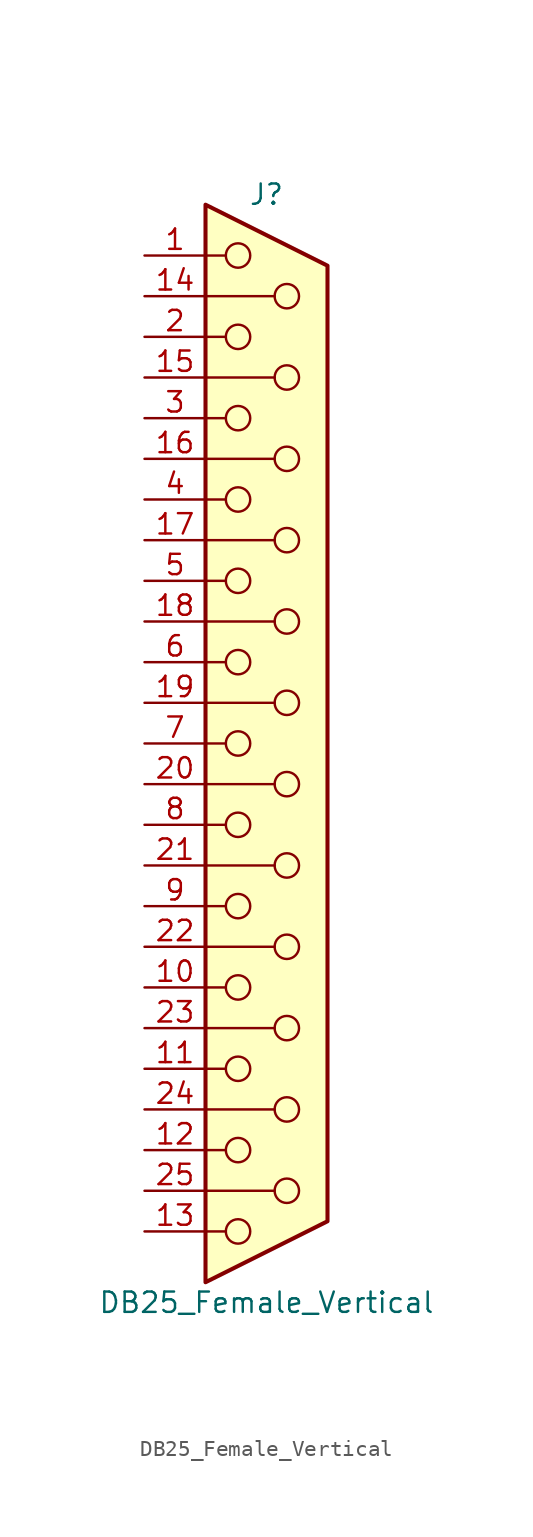
<source format=kicad_sym>
(kicad_symbol_lib
  (version 20211014)
  (generator kicad_symbol_editor)
  (symbol "DB25_Female_Vertical"
    (pin_names
      (offset 1.016) hide)
    (property "Reference" "J"
      (at 0 34.29 0)
      (effects (font (size 1.27 1.27))))
    (property "Value" "DB25_Female_Vertical"
      (at 0 -34.925 0)
      (effects (font (size 1.27 1.27))))
    (symbol "DB25_Female_Vertical_0_1"
      (circle (center -1.778 -30.48) (radius 0.762) (stroke (width 0) (type default) (color 0 0 0 0)) (fill (type none)))
      (circle (center -1.778 -25.4) (radius 0.762) (stroke (width 0) (type default) (color 0 0 0 0)) (fill (type none)))
      (circle (center -1.778 -20.32) (radius 0.762) (stroke (width 0) (type default) (color 0 0 0 0)) (fill (type none)))
      (circle (center -1.778 -15.24) (radius 0.762) (stroke (width 0) (type default) (color 0 0 0 0)) (fill (type none)))
      (circle (center -1.778 -10.16) (radius 0.762) (stroke (width 0) (type default) (color 0 0 0 0)) (fill (type none)))
      (circle (center -1.778 -5.08) (radius 0.762) (stroke (width 0) (type default) (color 0 0 0 0)) (fill (type none)))
      (circle (center -1.778 0) (radius 0.762) (stroke (width 0) (type default) (color 0 0 0 0)) (fill (type none)))
      (circle (center -1.778 5.08) (radius 0.762) (stroke (width 0) (type default) (color 0 0 0 0)) (fill (type none)))
      (circle (center -1.778 10.16) (radius 0.762) (stroke (width 0) (type default) (color 0 0 0 0)) (fill (type none)))
      (circle (center -1.778 15.24) (radius 0.762) (stroke (width 0) (type default) (color 0 0 0 0)) (fill (type none)))
      (circle (center -1.778 20.32) (radius 0.762) (stroke (width 0) (type default) (color 0 0 0 0)) (fill (type none)))
      (circle (center -1.778 25.4) (radius 0.762) (stroke (width 0) (type default) (color 0 0 0 0)) (fill (type none)))
      (circle (center -1.778 30.48) (radius 0.762) (stroke (width 0) (type default) (color 0 0 0 0)) (fill (type none)))
      (polyline (pts (xy -3.81 -30.48) (xy -2.54 -30.48)) (stroke (width 0) (type default) (color 0 0 0 0)) (fill (type none)))
      (polyline (pts (xy -3.81 -27.94) (xy 0.508 -27.94)) (stroke (width 0) (type default) (color 0 0 0 0)) (fill (type none)))
      (polyline (pts (xy -3.81 -25.4) (xy -2.54 -25.4)) (stroke (width 0) (type default) (color 0 0 0 0)) (fill (type none)))
      (polyline (pts (xy -3.81 -22.86) (xy 0.508 -22.86)) (stroke (width 0) (type default) (color 0 0 0 0)) (fill (type none)))
      (polyline (pts (xy -3.81 -20.32) (xy -2.54 -20.32)) (stroke (width 0) (type default) (color 0 0 0 0)) (fill (type none)))
      (polyline (pts (xy -3.81 -17.78) (xy 0.508 -17.78)) (stroke (width 0) (type default) (color 0 0 0 0)) (fill (type none)))
      (polyline (pts (xy -3.81 -15.24) (xy -2.54 -15.24)) (stroke (width 0) (type default) (color 0 0 0 0)) (fill (type none)))
      (polyline (pts (xy -3.81 -12.7) (xy 0.508 -12.7)) (stroke (width 0) (type default) (color 0 0 0 0)) (fill (type none)))
      (polyline (pts (xy -3.81 -10.16) (xy -2.54 -10.16)) (stroke (width 0) (type default) (color 0 0 0 0)) (fill (type none)))
      (polyline (pts (xy -3.81 -7.62) (xy 0.508 -7.62)) (stroke (width 0) (type default) (color 0 0 0 0)) (fill (type none)))
      (polyline (pts (xy -3.81 -5.08) (xy -2.54 -5.08)) (stroke (width 0) (type default) (color 0 0 0 0)) (fill (type none)))
      (polyline (pts (xy -3.81 -2.54) (xy 0.508 -2.54)) (stroke (width 0) (type default) (color 0 0 0 0)) (fill (type none)))
      (polyline (pts (xy -3.81 0) (xy -2.54 0)) (stroke (width 0) (type default) (color 0 0 0 0)) (fill (type none)))
      (polyline (pts (xy -3.81 2.54) (xy 0.508 2.54)) (stroke (width 0) (type default) (color 0 0 0 0)) (fill (type none)))
      (polyline (pts (xy -3.81 5.08) (xy -2.54 5.08)) (stroke (width 0) (type default) (color 0 0 0 0)) (fill (type none)))
      (polyline (pts (xy -3.81 7.62) (xy 0.508 7.62)) (stroke (width 0) (type default) (color 0 0 0 0)) (fill (type none)))
      (polyline (pts (xy -3.81 10.16) (xy -2.54 10.16)) (stroke (width 0) (type default) (color 0 0 0 0)) (fill (type none)))
      (polyline (pts (xy -3.81 12.7) (xy 0.508 12.7)) (stroke (width 0) (type default) (color 0 0 0 0)) (fill (type none)))
      (polyline (pts (xy -3.81 15.24) (xy -2.54 15.24)) (stroke (width 0) (type default) (color 0 0 0 0)) (fill (type none)))
      (polyline (pts (xy -3.81 17.78) (xy 0.508 17.78)) (stroke (width 0) (type default) (color 0 0 0 0)) (fill (type none)))
      (polyline (pts (xy -3.81 20.32) (xy -2.54 20.32)) (stroke (width 0) (type default) (color 0 0 0 0)) (fill (type none)))
      (polyline (pts (xy -3.81 22.86) (xy 0.508 22.86)) (stroke (width 0) (type default) (color 0 0 0 0)) (fill (type none)))
      (polyline (pts (xy -3.81 25.4) (xy -2.54 25.4)) (stroke (width 0) (type default) (color 0 0 0 0)) (fill (type none)))
      (polyline (pts (xy -3.81 27.94) (xy 0.508 27.94)) (stroke (width 0) (type default) (color 0 0 0 0)) (fill (type none)))
      (polyline (pts (xy -3.81 30.48) (xy -2.54 30.48)) (stroke (width 0) (type default) (color 0 0 0 0)) (fill (type none)))
      (polyline (pts (xy -3.81 33.655) (xy 3.81 29.845) (xy 3.81 -29.845) (xy -3.81 -33.655) (xy -3.81 33.655)) (stroke (width 0.254) (type default) (color 0 0 0 0)) (fill (type background)))
      (circle (center 1.27 -27.94) (radius 0.762) (stroke (width 0) (type default) (color 0 0 0 0)) (fill (type none)))
      (circle (center 1.27 -22.86) (radius 0.762) (stroke (width 0) (type default) (color 0 0 0 0)) (fill (type none)))
      (circle (center 1.27 -17.78) (radius 0.762) (stroke (width 0) (type default) (color 0 0 0 0)) (fill (type none)))
      (circle (center 1.27 -12.7) (radius 0.762) (stroke (width 0) (type default) (color 0 0 0 0)) (fill (type none)))
      (circle (center 1.27 -7.62) (radius 0.762) (stroke (width 0) (type default) (color 0 0 0 0)) (fill (type none)))
      (circle (center 1.27 -2.54) (radius 0.762) (stroke (width 0) (type default) (color 0 0 0 0)) (fill (type none)))
      (circle (center 1.27 2.54) (radius 0.762) (stroke (width 0) (type default) (color 0 0 0 0)) (fill (type none)))
      (circle (center 1.27 7.62) (radius 0.762) (stroke (width 0) (type default) (color 0 0 0 0)) (fill (type none)))
      (circle (center 1.27 12.7) (radius 0.762) (stroke (width 0) (type default) (color 0 0 0 0)) (fill (type none)))
      (circle (center 1.27 17.78) (radius 0.762) (stroke (width 0) (type default) (color 0 0 0 0)) (fill (type none)))
      (circle (center 1.27 22.86) (radius 0.762) (stroke (width 0) (type default) (color 0 0 0 0)) (fill (type none)))
      (circle (center 1.27 27.94) (radius 0.762) (stroke (width 0) (type default) (color 0 0 0 0)) (fill (type none))))
    (symbol "DB25_Female_Vertical_1_1"
      (pin passive line (at -7.62 30.48 0) (length 3.81) (name "1" (effects (font (size 1.27 1.27)))) (number "1" (effects (font (size 1.27 1.27)))))
      (pin passive line (at -7.62 -15.24 0) (length 3.81) (name "10" (effects (font (size 1.27 1.27)))) (number "10" (effects (font (size 1.27 1.27)))))
      (pin passive line (at -7.62 -20.32 0) (length 3.81) (name "11" (effects (font (size 1.27 1.27)))) (number "11" (effects (font (size 1.27 1.27)))))
      (pin passive line (at -7.62 -25.4 0) (length 3.81) (name "12" (effects (font (size 1.27 1.27)))) (number "12" (effects (font (size 1.27 1.27)))))
      (pin passive line (at -7.62 -30.48 0) (length 3.81) (name "13" (effects (font (size 1.27 1.27)))) (number "13" (effects (font (size 1.27 1.27)))))
      (pin passive line (at -7.62 27.94 0) (length 3.81) (name "P14" (effects (font (size 1.27 1.27)))) (number "14" (effects (font (size 1.27 1.27)))))
      (pin passive line (at -7.62 22.86 0) (length 3.81) (name "P15" (effects (font (size 1.27 1.27)))) (number "15" (effects (font (size 1.27 1.27)))))
      (pin passive line (at -7.62 17.78 0) (length 3.81) (name "P16" (effects (font (size 1.27 1.27)))) (number "16" (effects (font (size 1.27 1.27)))))
      (pin passive line (at -7.62 12.7 0) (length 3.81) (name "P17" (effects (font (size 1.27 1.27)))) (number "17" (effects (font (size 1.27 1.27)))))
      (pin passive line (at -7.62 7.62 0) (length 3.81) (name "P18" (effects (font (size 1.27 1.27)))) (number "18" (effects (font (size 1.27 1.27)))))
      (pin passive line (at -7.62 2.54 0) (length 3.81) (name "P19" (effects (font (size 1.27 1.27)))) (number "19" (effects (font (size 1.27 1.27)))))
      (pin passive line (at -7.62 25.4 0) (length 3.81) (name "2" (effects (font (size 1.27 1.27)))) (number "2" (effects (font (size 1.27 1.27)))))
      (pin passive line (at -7.62 -2.54 0) (length 3.81) (name "P20" (effects (font (size 1.27 1.27)))) (number "20" (effects (font (size 1.27 1.27)))))
      (pin passive line (at -7.62 -7.62 0) (length 3.81) (name "P21" (effects (font (size 1.27 1.27)))) (number "21" (effects (font (size 1.27 1.27)))))
      (pin passive line (at -7.62 -12.7 0) (length 3.81) (name "P22" (effects (font (size 1.27 1.27)))) (number "22" (effects (font (size 1.27 1.27)))))
      (pin passive line (at -7.62 -17.78 0) (length 3.81) (name "P23" (effects (font (size 1.27 1.27)))) (number "23" (effects (font (size 1.27 1.27)))))
      (pin passive line (at -7.62 -22.86 0) (length 3.81) (name "P24" (effects (font (size 1.27 1.27)))) (number "24" (effects (font (size 1.27 1.27)))))
      (pin passive line (at -7.62 -27.94 0) (length 3.81) (name "P25" (effects (font (size 1.27 1.27)))) (number "25" (effects (font (size 1.27 1.27)))))
      (pin passive line (at -7.62 20.32 0) (length 3.81) (name "3" (effects (font (size 1.27 1.27)))) (number "3" (effects (font (size 1.27 1.27)))))
      (pin passive line (at -7.62 15.24 0) (length 3.81) (name "4" (effects (font (size 1.27 1.27)))) (number "4" (effects (font (size 1.27 1.27)))))
      (pin passive line (at -7.62 10.16 0) (length 3.81) (name "5" (effects (font (size 1.27 1.27)))) (number "5" (effects (font (size 1.27 1.27)))))
      (pin passive line (at -7.62 5.08 0) (length 3.81) (name "6" (effects (font (size 1.27 1.27)))) (number "6" (effects (font (size 1.27 1.27)))))
      (pin passive line (at -7.62 0 0) (length 3.81) (name "7" (effects (font (size 1.27 1.27)))) (number "7" (effects (font (size 1.27 1.27)))))
      (pin passive line (at -7.62 -5.08 0) (length 3.81) (name "8" (effects (font (size 1.27 1.27)))) (number "8" (effects (font (size 1.27 1.27)))))
      (pin passive line (at -7.62 -10.16 0) (length 3.81) (name "9" (effects (font (size 1.27 1.27)))) (number "9" (effects (font (size 1.27 1.27))))))))
</source>
